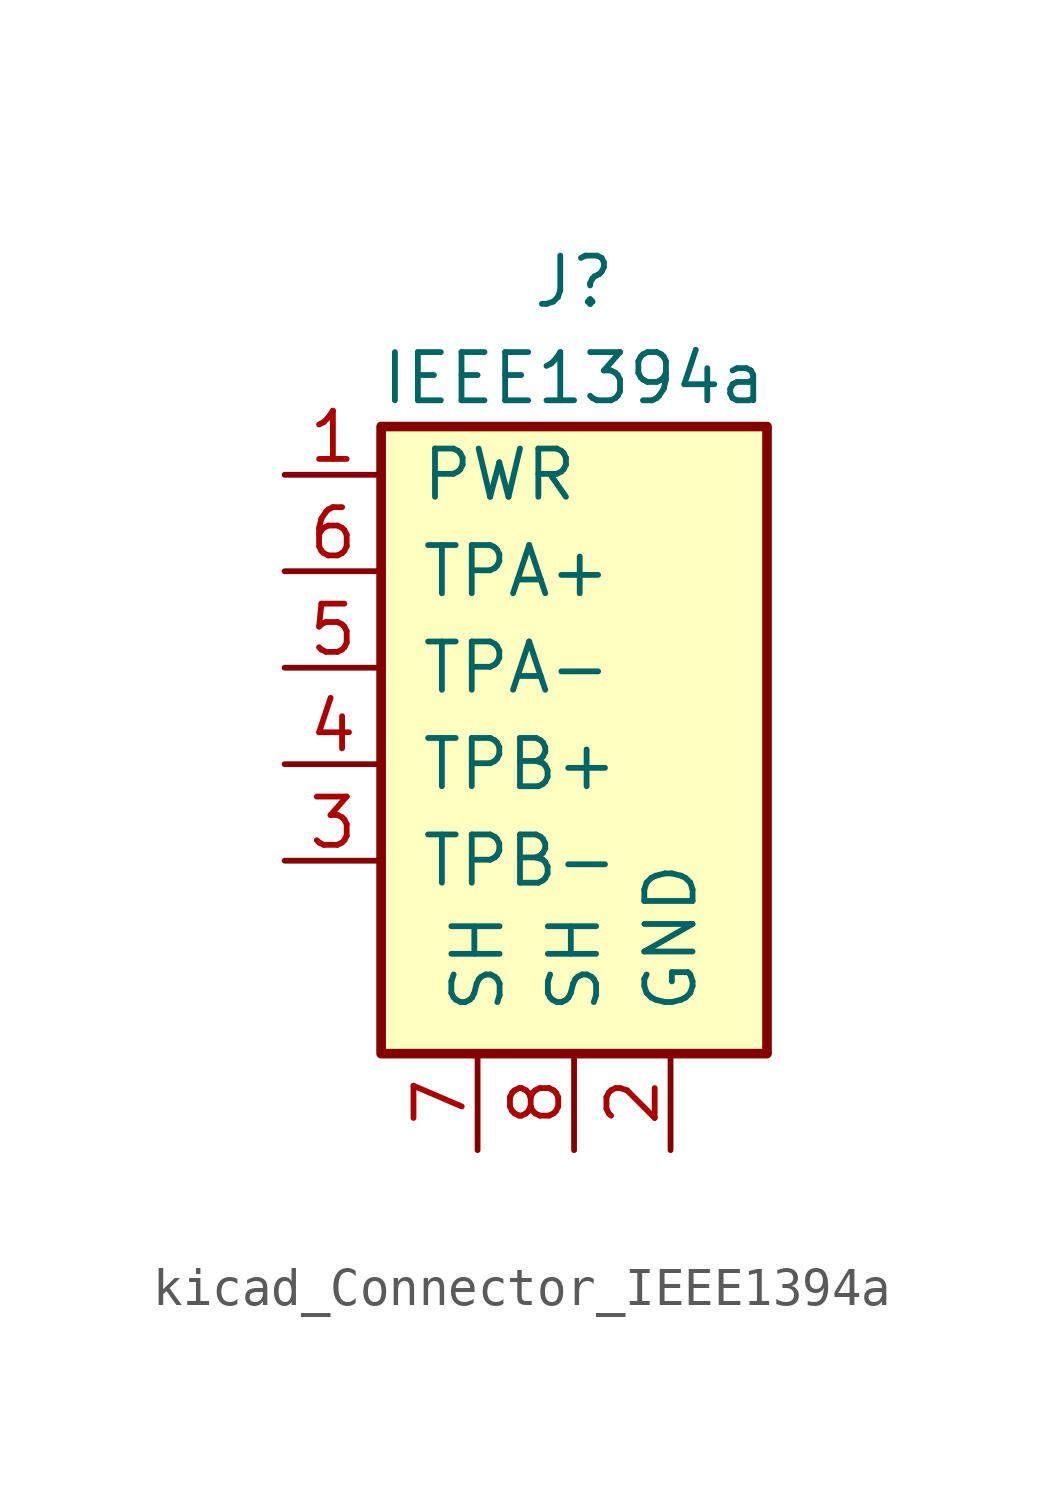
<source format=kicad_sym>
(kicad_symbol_lib
  (version 20220914)
  (generator kicad_symbol_editor)
  (symbol "kicad_Connector_IEEE1394a"
    (pin_names
      (offset 1.016))
    (property "Reference" "J"
      (at 0 12.7 0)
      (effects (font (size 1.27 1.27))))
    (property "Value" "IEEE1394a"
      (at 0 10.16 0)
      (effects (font (size 1.27 1.27))))
    (symbol "kicad_Connector_IEEE1394a_0_1"
      (rectangle (start -5.08 8.89) (end 5.08 -7.62) (stroke (width 0.254) (type default)) (fill (type background))))
    (symbol "kicad_Connector_IEEE1394a_1_1"
      (pin power_in line (at -7.62 7.62 0) (length 2.54) (name "PWR" (effects (font (size 1.27 1.27)))) (number "1" (effects (font (size 1.27 1.27)))))
      (pin power_in line (at 2.54 -10.16 90) (length 2.54) (name "GND" (effects (font (size 1.27 1.27)))) (number "2" (effects (font (size 1.27 1.27)))))
      (pin bidirectional line (at -7.62 -2.54 0) (length 2.54) (name "TPB-" (effects (font (size 1.27 1.27)))) (number "3" (effects (font (size 1.27 1.27)))))
      (pin bidirectional line (at -7.62 0 0) (length 2.54) (name "TPB+" (effects (font (size 1.27 1.27)))) (number "4" (effects (font (size 1.27 1.27)))))
      (pin bidirectional line (at -7.62 2.54 0) (length 2.54) (name "TPA-" (effects (font (size 1.27 1.27)))) (number "5" (effects (font (size 1.27 1.27)))))
      (pin bidirectional line (at -7.62 5.08 0) (length 2.54) (name "TPA+" (effects (font (size 1.27 1.27)))) (number "6" (effects (font (size 1.27 1.27)))))
      (pin passive line (at -2.54 -10.16 90) (length 2.54) (name "SH" (effects (font (size 1.27 1.27)))) (number "7" (effects (font (size 1.27 1.27)))))
      (pin passive line (at 0 -10.16 90) (length 2.54) (name "SH" (effects (font (size 1.27 1.27)))) (number "8" (effects (font (size 1.27 1.27))))))))
</source>
